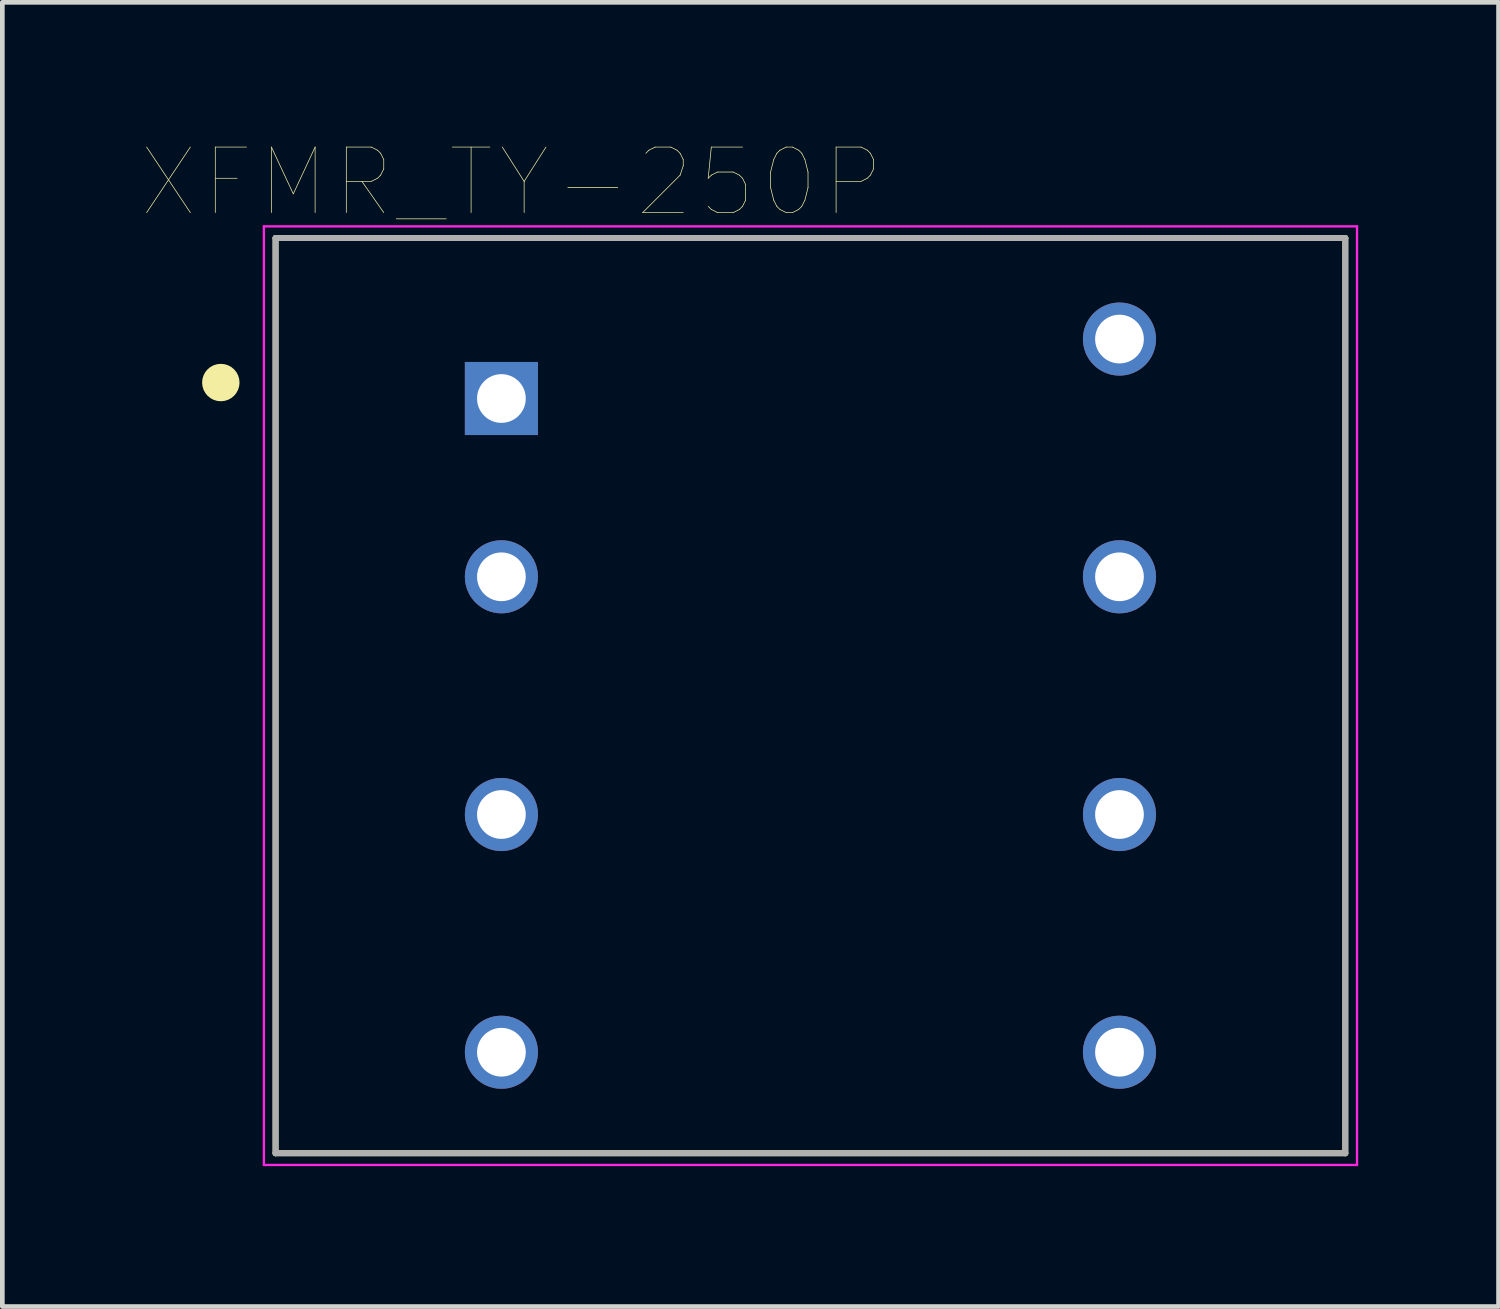
<source format=kicad_pcb>
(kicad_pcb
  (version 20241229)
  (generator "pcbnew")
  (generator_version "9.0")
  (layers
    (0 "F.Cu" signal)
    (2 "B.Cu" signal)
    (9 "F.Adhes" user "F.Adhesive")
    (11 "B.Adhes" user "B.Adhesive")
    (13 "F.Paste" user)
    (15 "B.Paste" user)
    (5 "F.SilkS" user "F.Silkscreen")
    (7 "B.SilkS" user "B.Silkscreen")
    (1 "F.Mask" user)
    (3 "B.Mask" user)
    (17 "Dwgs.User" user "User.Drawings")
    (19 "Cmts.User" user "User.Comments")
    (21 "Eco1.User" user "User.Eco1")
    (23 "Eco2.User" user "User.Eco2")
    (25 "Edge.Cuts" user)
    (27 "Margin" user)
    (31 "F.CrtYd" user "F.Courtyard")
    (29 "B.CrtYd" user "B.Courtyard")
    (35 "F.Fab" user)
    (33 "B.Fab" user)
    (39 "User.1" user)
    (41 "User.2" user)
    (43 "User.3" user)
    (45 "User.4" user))
  (footprint "XFMR_TY-250P"
    (layer "F.Cu")
    (at 14.269 11.816)
    (property "Reference" "XFMR_TY-250P" (at -6.385 -10.97 0) (layer "F.SilkS") (effects (font (size 1.4 1.4) (thickness 0.015))))
    (attr through_hole)
    (fp_line (start -11.43 -9.779) (end 11.43 -9.779) (stroke (width 0.127) (type solid)) (layer "F.SilkS"))
    (fp_line (start -11.43 9.779) (end -11.43 -9.779) (stroke (width 0.127) (type solid)) (layer "F.SilkS"))
    (fp_line (start 11.43 -9.779) (end 11.43 9.779) (stroke (width 0.127) (type solid)) (layer "F.SilkS"))
    (fp_line (start 11.43 9.779) (end -11.43 9.779) (stroke (width 0.127) (type solid)) (layer "F.SilkS"))
    (fp_circle (center -12.6 -6.691) (end -12.4 -6.691) (stroke (width 0.4) (type solid)) (fill no) (layer "F.SilkS"))
    (fp_line (start -11.68 -10.029) (end 11.68 -10.029) (stroke (width 0.05) (type solid)) (layer "F.CrtYd"))
    (fp_line (start -11.68 10.029) (end -11.68 -10.029) (stroke (width 0.05) (type solid)) (layer "F.CrtYd"))
    (fp_line (start 11.68 -10.029) (end 11.68 10.029) (stroke (width 0.05) (type solid)) (layer "F.CrtYd"))
    (fp_line (start 11.68 10.029) (end -11.68 10.029) (stroke (width 0.05) (type solid)) (layer "F.CrtYd"))
    (fp_line (start -11.43 -9.779) (end 11.43 -9.779) (stroke (width 0.127) (type solid)) (layer "F.Fab"))
    (fp_line (start -11.43 9.779) (end -11.43 -9.779) (stroke (width 0.127) (type solid)) (layer "F.Fab"))
    (fp_line (start 11.43 -9.779) (end 11.43 9.779) (stroke (width 0.127) (type solid)) (layer "F.Fab"))
    (fp_line (start 11.43 9.779) (end -11.43 9.779) (stroke (width 0.127) (type solid)) (layer "F.Fab"))
    (pad "1" thru_hole rect (at -6.604 -6.35) (size 1.562 1.562) (drill 1.041) (layers "*.Cu" "*.Mask"))
    (pad "2" thru_hole circle (at -6.604 -2.54) (size 1.562 1.562) (drill 1.041) (layers "*.Cu" "*.Mask"))
    (pad "3" thru_hole circle (at -6.604 2.54) (size 1.562 1.562) (drill 1.041) (layers "*.Cu" "*.Mask"))
    (pad "4" thru_hole circle (at -6.604 7.62) (size 1.562 1.562) (drill 1.041) (layers "*.Cu" "*.Mask"))
    (pad "5" thru_hole circle (at 6.604 7.62) (size 1.562 1.562) (drill 1.041) (layers "*.Cu" "*.Mask"))
    (pad "6" thru_hole circle (at 6.604 2.54) (size 1.562 1.562) (drill 1.041) (layers "*.Cu" "*.Mask"))
    (pad "7" thru_hole circle (at 6.604 -2.54) (size 1.562 1.562) (drill 1.041) (layers "*.Cu" "*.Mask"))
    (pad "8" thru_hole circle (at 6.604 -7.62) (size 1.562 1.562) (drill 1.041) (layers "*.Cu" "*.Mask")))
  (gr_rect
    (start -3 -3)
    (end 28.974 24.87)
    (stroke (width 0.1) (type default))
    (fill no)
    (layer "Edge.Cuts")))
</source>
